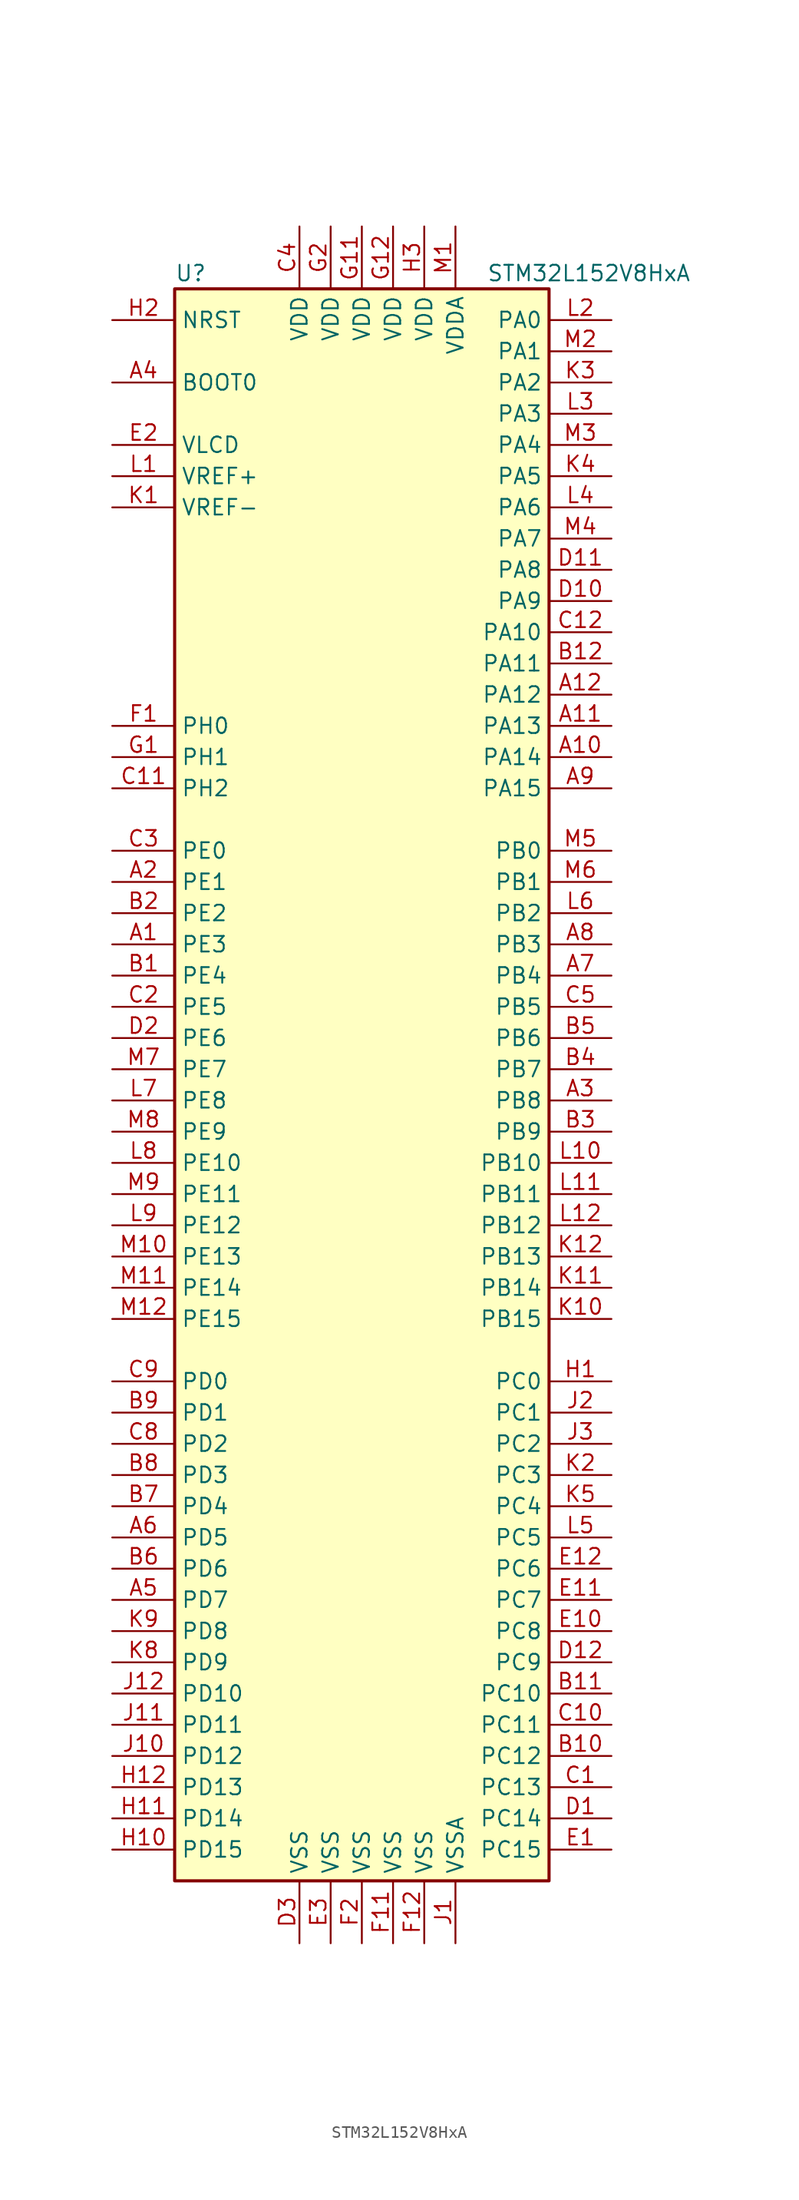
<source format=kicad_sym>
(kicad_symbol_lib
  (version 20201005)
  (generator kicad_symbol_editor)
  (symbol "STM32L152V8HxA"
    (property "Reference" "U"
      (at -15.24 64.77 0)
      (effects (font (size 1.27 1.27)) (justify left)))
    (property "Value" "STM32L152V8HxA"
      (at 10.16 64.77 0)
      (effects (font (size 1.27 1.27)) (justify left)))
    (symbol "STM32L152V8HxA_0_1"
      (rectangle (start -15.24 -66.04) (end 15.24 63.5) (stroke (width 0.254)) (fill (type background))))
    (symbol "STM32L152V8HxA_1_1"
      (pin input line (at -20.32 55.88 0) (length 5.08) (name "BOOT0" (effects (font (size 1.27 1.27)))) (number "A4" (effects (font (size 1.27 1.27)))))
      (pin input line (at -20.32 60.96 0) (length 5.08) (name "NRST" (effects (font (size 1.27 1.27)))) (number "H2" (effects (font (size 1.27 1.27)))))
      (pin bidirectional line (at 20.32 60.96 180) (length 5.08) (name "PA0" (effects (font (size 1.27 1.27)))) (number "L2" (effects (font (size 1.27 1.27)))))
      (pin bidirectional line (at 20.32 58.42 180) (length 5.08) (name "PA1" (effects (font (size 1.27 1.27)))) (number "M2" (effects (font (size 1.27 1.27)))))
      (pin bidirectional line (at 20.32 35.56 180) (length 5.08) (name "PA10" (effects (font (size 1.27 1.27)))) (number "C12" (effects (font (size 1.27 1.27)))))
      (pin bidirectional line (at 20.32 33.02 180) (length 5.08) (name "PA11" (effects (font (size 1.27 1.27)))) (number "B12" (effects (font (size 1.27 1.27)))))
      (pin bidirectional line (at 20.32 30.48 180) (length 5.08) (name "PA12" (effects (font (size 1.27 1.27)))) (number "A12" (effects (font (size 1.27 1.27)))))
      (pin bidirectional line (at 20.32 27.94 180) (length 5.08) (name "PA13" (effects (font (size 1.27 1.27)))) (number "A11" (effects (font (size 1.27 1.27)))))
      (pin bidirectional line (at 20.32 25.4 180) (length 5.08) (name "PA14" (effects (font (size 1.27 1.27)))) (number "A10" (effects (font (size 1.27 1.27)))))
      (pin bidirectional line (at 20.32 22.86 180) (length 5.08) (name "PA15" (effects (font (size 1.27 1.27)))) (number "A9" (effects (font (size 1.27 1.27)))))
      (pin bidirectional line (at 20.32 55.88 180) (length 5.08) (name "PA2" (effects (font (size 1.27 1.27)))) (number "K3" (effects (font (size 1.27 1.27)))))
      (pin bidirectional line (at 20.32 53.34 180) (length 5.08) (name "PA3" (effects (font (size 1.27 1.27)))) (number "L3" (effects (font (size 1.27 1.27)))))
      (pin bidirectional line (at 20.32 50.8 180) (length 5.08) (name "PA4" (effects (font (size 1.27 1.27)))) (number "M3" (effects (font (size 1.27 1.27)))))
      (pin bidirectional line (at 20.32 48.26 180) (length 5.08) (name "PA5" (effects (font (size 1.27 1.27)))) (number "K4" (effects (font (size 1.27 1.27)))))
      (pin bidirectional line (at 20.32 45.72 180) (length 5.08) (name "PA6" (effects (font (size 1.27 1.27)))) (number "L4" (effects (font (size 1.27 1.27)))))
      (pin bidirectional line (at 20.32 43.18 180) (length 5.08) (name "PA7" (effects (font (size 1.27 1.27)))) (number "M4" (effects (font (size 1.27 1.27)))))
      (pin bidirectional line (at 20.32 40.64 180) (length 5.08) (name "PA8" (effects (font (size 1.27 1.27)))) (number "D11" (effects (font (size 1.27 1.27)))))
      (pin bidirectional line (at 20.32 38.1 180) (length 5.08) (name "PA9" (effects (font (size 1.27 1.27)))) (number "D10" (effects (font (size 1.27 1.27)))))
      (pin bidirectional line (at 20.32 17.78 180) (length 5.08) (name "PB0" (effects (font (size 1.27 1.27)))) (number "M5" (effects (font (size 1.27 1.27)))))
      (pin bidirectional line (at 20.32 15.24 180) (length 5.08) (name "PB1" (effects (font (size 1.27 1.27)))) (number "M6" (effects (font (size 1.27 1.27)))))
      (pin bidirectional line (at 20.32 -7.62 180) (length 5.08) (name "PB10" (effects (font (size 1.27 1.27)))) (number "L10" (effects (font (size 1.27 1.27)))))
      (pin bidirectional line (at 20.32 -10.16 180) (length 5.08) (name "PB11" (effects (font (size 1.27 1.27)))) (number "L11" (effects (font (size 1.27 1.27)))))
      (pin bidirectional line (at 20.32 -12.7 180) (length 5.08) (name "PB12" (effects (font (size 1.27 1.27)))) (number "L12" (effects (font (size 1.27 1.27)))))
      (pin bidirectional line (at 20.32 -15.24 180) (length 5.08) (name "PB13" (effects (font (size 1.27 1.27)))) (number "K12" (effects (font (size 1.27 1.27)))))
      (pin bidirectional line (at 20.32 -17.78 180) (length 5.08) (name "PB14" (effects (font (size 1.27 1.27)))) (number "K11" (effects (font (size 1.27 1.27)))))
      (pin bidirectional line (at 20.32 -20.32 180) (length 5.08) (name "PB15" (effects (font (size 1.27 1.27)))) (number "K10" (effects (font (size 1.27 1.27)))))
      (pin bidirectional line (at 20.32 12.7 180) (length 5.08) (name "PB2" (effects (font (size 1.27 1.27)))) (number "L6" (effects (font (size 1.27 1.27)))))
      (pin bidirectional line (at 20.32 10.16 180) (length 5.08) (name "PB3" (effects (font (size 1.27 1.27)))) (number "A8" (effects (font (size 1.27 1.27)))))
      (pin bidirectional line (at 20.32 7.62 180) (length 5.08) (name "PB4" (effects (font (size 1.27 1.27)))) (number "A7" (effects (font (size 1.27 1.27)))))
      (pin bidirectional line (at 20.32 5.08 180) (length 5.08) (name "PB5" (effects (font (size 1.27 1.27)))) (number "C5" (effects (font (size 1.27 1.27)))))
      (pin bidirectional line (at 20.32 2.54 180) (length 5.08) (name "PB6" (effects (font (size 1.27 1.27)))) (number "B5" (effects (font (size 1.27 1.27)))))
      (pin bidirectional line (at 20.32 0 180) (length 5.08) (name "PB7" (effects (font (size 1.27 1.27)))) (number "B4" (effects (font (size 1.27 1.27)))))
      (pin bidirectional line (at 20.32 -2.54 180) (length 5.08) (name "PB8" (effects (font (size 1.27 1.27)))) (number "A3" (effects (font (size 1.27 1.27)))))
      (pin bidirectional line (at 20.32 -5.08 180) (length 5.08) (name "PB9" (effects (font (size 1.27 1.27)))) (number "B3" (effects (font (size 1.27 1.27)))))
      (pin bidirectional line (at 20.32 -25.4 180) (length 5.08) (name "PC0" (effects (font (size 1.27 1.27)))) (number "H1" (effects (font (size 1.27 1.27)))))
      (pin bidirectional line (at 20.32 -27.94 180) (length 5.08) (name "PC1" (effects (font (size 1.27 1.27)))) (number "J2" (effects (font (size 1.27 1.27)))))
      (pin bidirectional line (at 20.32 -50.8 180) (length 5.08) (name "PC10" (effects (font (size 1.27 1.27)))) (number "B11" (effects (font (size 1.27 1.27)))))
      (pin bidirectional line (at 20.32 -53.34 180) (length 5.08) (name "PC11" (effects (font (size 1.27 1.27)))) (number "C10" (effects (font (size 1.27 1.27)))))
      (pin bidirectional line (at 20.32 -55.88 180) (length 5.08) (name "PC12" (effects (font (size 1.27 1.27)))) (number "B10" (effects (font (size 1.27 1.27)))))
      (pin bidirectional line (at 20.32 -58.42 180) (length 5.08) (name "PC13" (effects (font (size 1.27 1.27)))) (number "C1" (effects (font (size 1.27 1.27)))))
      (pin bidirectional line (at 20.32 -60.96 180) (length 5.08) (name "PC14" (effects (font (size 1.27 1.27)))) (number "D1" (effects (font (size 1.27 1.27)))))
      (pin bidirectional line (at 20.32 -63.5 180) (length 5.08) (name "PC15" (effects (font (size 1.27 1.27)))) (number "E1" (effects (font (size 1.27 1.27)))))
      (pin bidirectional line (at 20.32 -30.48 180) (length 5.08) (name "PC2" (effects (font (size 1.27 1.27)))) (number "J3" (effects (font (size 1.27 1.27)))))
      (pin bidirectional line (at 20.32 -33.02 180) (length 5.08) (name "PC3" (effects (font (size 1.27 1.27)))) (number "K2" (effects (font (size 1.27 1.27)))))
      (pin bidirectional line (at 20.32 -35.56 180) (length 5.08) (name "PC4" (effects (font (size 1.27 1.27)))) (number "K5" (effects (font (size 1.27 1.27)))))
      (pin bidirectional line (at 20.32 -38.1 180) (length 5.08) (name "PC5" (effects (font (size 1.27 1.27)))) (number "L5" (effects (font (size 1.27 1.27)))))
      (pin bidirectional line (at 20.32 -40.64 180) (length 5.08) (name "PC6" (effects (font (size 1.27 1.27)))) (number "E12" (effects (font (size 1.27 1.27)))))
      (pin bidirectional line (at 20.32 -43.18 180) (length 5.08) (name "PC7" (effects (font (size 1.27 1.27)))) (number "E11" (effects (font (size 1.27 1.27)))))
      (pin bidirectional line (at 20.32 -45.72 180) (length 5.08) (name "PC8" (effects (font (size 1.27 1.27)))) (number "E10" (effects (font (size 1.27 1.27)))))
      (pin bidirectional line (at 20.32 -48.26 180) (length 5.08) (name "PC9" (effects (font (size 1.27 1.27)))) (number "D12" (effects (font (size 1.27 1.27)))))
      (pin bidirectional line (at -20.32 -25.4 0) (length 5.08) (name "PD0" (effects (font (size 1.27 1.27)))) (number "C9" (effects (font (size 1.27 1.27)))))
      (pin bidirectional line (at -20.32 -27.94 0) (length 5.08) (name "PD1" (effects (font (size 1.27 1.27)))) (number "B9" (effects (font (size 1.27 1.27)))))
      (pin bidirectional line (at -20.32 -50.8 0) (length 5.08) (name "PD10" (effects (font (size 1.27 1.27)))) (number "J12" (effects (font (size 1.27 1.27)))))
      (pin bidirectional line (at -20.32 -53.34 0) (length 5.08) (name "PD11" (effects (font (size 1.27 1.27)))) (number "J11" (effects (font (size 1.27 1.27)))))
      (pin bidirectional line (at -20.32 -55.88 0) (length 5.08) (name "PD12" (effects (font (size 1.27 1.27)))) (number "J10" (effects (font (size 1.27 1.27)))))
      (pin bidirectional line (at -20.32 -58.42 0) (length 5.08) (name "PD13" (effects (font (size 1.27 1.27)))) (number "H12" (effects (font (size 1.27 1.27)))))
      (pin bidirectional line (at -20.32 -60.96 0) (length 5.08) (name "PD14" (effects (font (size 1.27 1.27)))) (number "H11" (effects (font (size 1.27 1.27)))))
      (pin bidirectional line (at -20.32 -63.5 0) (length 5.08) (name "PD15" (effects (font (size 1.27 1.27)))) (number "H10" (effects (font (size 1.27 1.27)))))
      (pin bidirectional line (at -20.32 -30.48 0) (length 5.08) (name "PD2" (effects (font (size 1.27 1.27)))) (number "C8" (effects (font (size 1.27 1.27)))))
      (pin bidirectional line (at -20.32 -33.02 0) (length 5.08) (name "PD3" (effects (font (size 1.27 1.27)))) (number "B8" (effects (font (size 1.27 1.27)))))
      (pin bidirectional line (at -20.32 -35.56 0) (length 5.08) (name "PD4" (effects (font (size 1.27 1.27)))) (number "B7" (effects (font (size 1.27 1.27)))))
      (pin bidirectional line (at -20.32 -38.1 0) (length 5.08) (name "PD5" (effects (font (size 1.27 1.27)))) (number "A6" (effects (font (size 1.27 1.27)))))
      (pin bidirectional line (at -20.32 -40.64 0) (length 5.08) (name "PD6" (effects (font (size 1.27 1.27)))) (number "B6" (effects (font (size 1.27 1.27)))))
      (pin bidirectional line (at -20.32 -43.18 0) (length 5.08) (name "PD7" (effects (font (size 1.27 1.27)))) (number "A5" (effects (font (size 1.27 1.27)))))
      (pin bidirectional line (at -20.32 -45.72 0) (length 5.08) (name "PD8" (effects (font (size 1.27 1.27)))) (number "K9" (effects (font (size 1.27 1.27)))))
      (pin bidirectional line (at -20.32 -48.26 0) (length 5.08) (name "PD9" (effects (font (size 1.27 1.27)))) (number "K8" (effects (font (size 1.27 1.27)))))
      (pin bidirectional line (at -20.32 17.78 0) (length 5.08) (name "PE0" (effects (font (size 1.27 1.27)))) (number "C3" (effects (font (size 1.27 1.27)))))
      (pin bidirectional line (at -20.32 15.24 0) (length 5.08) (name "PE1" (effects (font (size 1.27 1.27)))) (number "A2" (effects (font (size 1.27 1.27)))))
      (pin bidirectional line (at -20.32 -7.62 0) (length 5.08) (name "PE10" (effects (font (size 1.27 1.27)))) (number "L8" (effects (font (size 1.27 1.27)))))
      (pin bidirectional line (at -20.32 -10.16 0) (length 5.08) (name "PE11" (effects (font (size 1.27 1.27)))) (number "M9" (effects (font (size 1.27 1.27)))))
      (pin bidirectional line (at -20.32 -12.7 0) (length 5.08) (name "PE12" (effects (font (size 1.27 1.27)))) (number "L9" (effects (font (size 1.27 1.27)))))
      (pin bidirectional line (at -20.32 -15.24 0) (length 5.08) (name "PE13" (effects (font (size 1.27 1.27)))) (number "M10" (effects (font (size 1.27 1.27)))))
      (pin bidirectional line (at -20.32 -17.78 0) (length 5.08) (name "PE14" (effects (font (size 1.27 1.27)))) (number "M11" (effects (font (size 1.27 1.27)))))
      (pin bidirectional line (at -20.32 -20.32 0) (length 5.08) (name "PE15" (effects (font (size 1.27 1.27)))) (number "M12" (effects (font (size 1.27 1.27)))))
      (pin bidirectional line (at -20.32 12.7 0) (length 5.08) (name "PE2" (effects (font (size 1.27 1.27)))) (number "B2" (effects (font (size 1.27 1.27)))))
      (pin bidirectional line (at -20.32 10.16 0) (length 5.08) (name "PE3" (effects (font (size 1.27 1.27)))) (number "A1" (effects (font (size 1.27 1.27)))))
      (pin bidirectional line (at -20.32 7.62 0) (length 5.08) (name "PE4" (effects (font (size 1.27 1.27)))) (number "B1" (effects (font (size 1.27 1.27)))))
      (pin bidirectional line (at -20.32 5.08 0) (length 5.08) (name "PE5" (effects (font (size 1.27 1.27)))) (number "C2" (effects (font (size 1.27 1.27)))))
      (pin bidirectional line (at -20.32 2.54 0) (length 5.08) (name "PE6" (effects (font (size 1.27 1.27)))) (number "D2" (effects (font (size 1.27 1.27)))))
      (pin bidirectional line (at -20.32 0 0) (length 5.08) (name "PE7" (effects (font (size 1.27 1.27)))) (number "M7" (effects (font (size 1.27 1.27)))))
      (pin bidirectional line (at -20.32 -2.54 0) (length 5.08) (name "PE8" (effects (font (size 1.27 1.27)))) (number "L7" (effects (font (size 1.27 1.27)))))
      (pin bidirectional line (at -20.32 -5.08 0) (length 5.08) (name "PE9" (effects (font (size 1.27 1.27)))) (number "M8" (effects (font (size 1.27 1.27)))))
      (pin input line (at -20.32 27.94 0) (length 5.08) (name "PH0" (effects (font (size 1.27 1.27)))) (number "F1" (effects (font (size 1.27 1.27)))))
      (pin input line (at -20.32 25.4 0) (length 5.08) (name "PH1" (effects (font (size 1.27 1.27)))) (number "G1" (effects (font (size 1.27 1.27)))))
      (pin bidirectional line (at -20.32 22.86 0) (length 5.08) (name "PH2" (effects (font (size 1.27 1.27)))) (number "C11" (effects (font (size 1.27 1.27)))))
      (pin power_in line (at -5.08 68.58 270) (length 5.08) (name "VDD" (effects (font (size 1.27 1.27)))) (number "C4" (effects (font (size 1.27 1.27)))))
      (pin power_in line (at 0 68.58 270) (length 5.08) (name "VDD" (effects (font (size 1.27 1.27)))) (number "G11" (effects (font (size 1.27 1.27)))))
      (pin power_in line (at 2.54 68.58 270) (length 5.08) (name "VDD" (effects (font (size 1.27 1.27)))) (number "G12" (effects (font (size 1.27 1.27)))))
      (pin power_in line (at -2.54 68.58 270) (length 5.08) (name "VDD" (effects (font (size 1.27 1.27)))) (number "G2" (effects (font (size 1.27 1.27)))))
      (pin power_in line (at 5.08 68.58 270) (length 5.08) (name "VDD" (effects (font (size 1.27 1.27)))) (number "H3" (effects (font (size 1.27 1.27)))))
      (pin power_in line (at 7.62 68.58 270) (length 5.08) (name "VDDA" (effects (font (size 1.27 1.27)))) (number "M1" (effects (font (size 1.27 1.27)))))
      (pin power_in line (at -20.32 50.8 0) (length 5.08) (name "VLCD" (effects (font (size 1.27 1.27)))) (number "E2" (effects (font (size 1.27 1.27)))))
      (pin power_in line (at -20.32 48.26 0) (length 5.08) (name "VREF+" (effects (font (size 1.27 1.27)))) (number "L1" (effects (font (size 1.27 1.27)))))
      (pin power_in line (at -20.32 45.72 0) (length 5.08) (name "VREF-" (effects (font (size 1.27 1.27)))) (number "K1" (effects (font (size 1.27 1.27)))))
      (pin power_in line (at -5.08 -71.12 90) (length 5.08) (name "VSS" (effects (font (size 1.27 1.27)))) (number "D3" (effects (font (size 1.27 1.27)))))
      (pin power_in line (at -2.54 -71.12 90) (length 5.08) (name "VSS" (effects (font (size 1.27 1.27)))) (number "E3" (effects (font (size 1.27 1.27)))))
      (pin power_in line (at 2.54 -71.12 90) (length 5.08) (name "VSS" (effects (font (size 1.27 1.27)))) (number "F11" (effects (font (size 1.27 1.27)))))
      (pin power_in line (at 5.08 -71.12 90) (length 5.08) (name "VSS" (effects (font (size 1.27 1.27)))) (number "F12" (effects (font (size 1.27 1.27)))))
      (pin power_in line (at 0 -71.12 90) (length 5.08) (name "VSS" (effects (font (size 1.27 1.27)))) (number "F2" (effects (font (size 1.27 1.27)))))
      (pin power_in line (at 7.62 -71.12 90) (length 5.08) (name "VSSA" (effects (font (size 1.27 1.27)))) (number "J1" (effects (font (size 1.27 1.27))))))))
</source>
